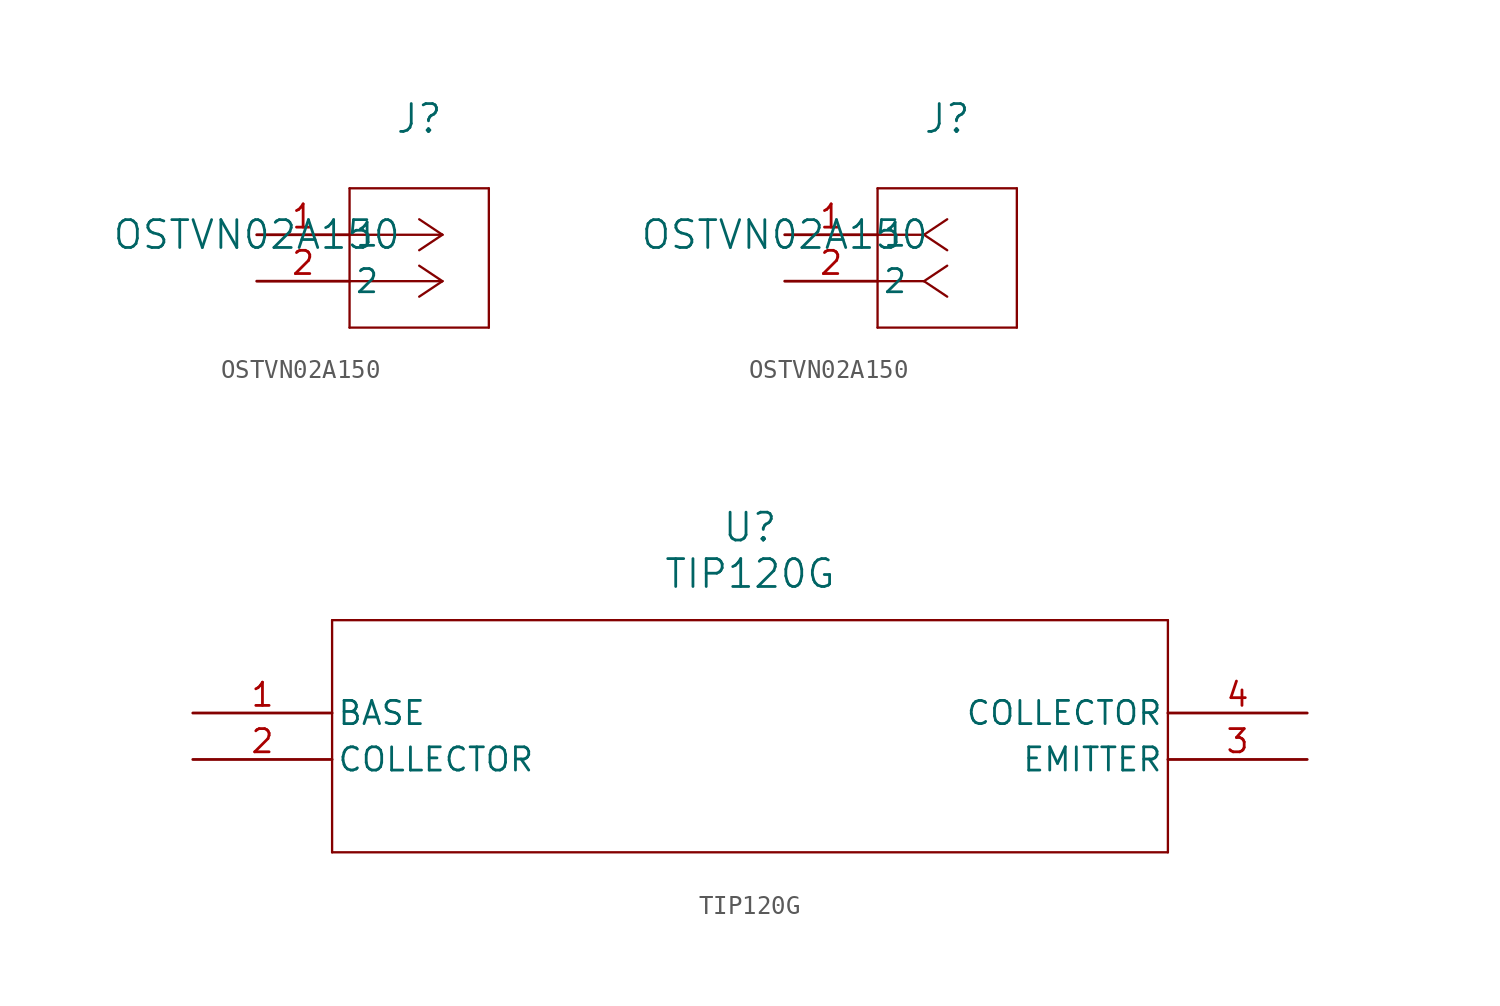
<source format=kicad_sym>
(kicad_symbol_lib
  (version 20220914)
  (generator kicad_symbol_editor)
  (symbol "OSTVN02A150"
    (pin_names
      (offset 0.254))
    (property "Reference" "J"
      (at 8.89 6.35 0)
      (effects (font (size 1.524 1.524))))
    (property "Value" "OSTVN02A150"
      (at 0 0 0)
      (effects (font (size 1.524 1.524))))
    (property "ki_locked" ""
      (at 0 0 0)
      (effects (font (size 1.27 1.27))))
    (symbol "OSTVN02A150_1_1"
      (polyline (pts (xy 5.08 -5.08) (xy 12.7 -5.08)) (stroke (width 0.127) (type default)) (fill (type none)))
      (polyline (pts (xy 5.08 2.54) (xy 5.08 -5.08)) (stroke (width 0.127) (type default)) (fill (type none)))
      (polyline (pts (xy 10.16 -2.54) (xy 5.08 -2.54)) (stroke (width 0.127) (type default)) (fill (type none)))
      (polyline (pts (xy 10.16 -2.54) (xy 8.89 -3.387)) (stroke (width 0.127) (type default)) (fill (type none)))
      (polyline (pts (xy 10.16 -2.54) (xy 8.89 -1.693)) (stroke (width 0.127) (type default)) (fill (type none)))
      (polyline (pts (xy 10.16 0) (xy 5.08 0)) (stroke (width 0.127) (type default)) (fill (type none)))
      (polyline (pts (xy 10.16 0) (xy 8.89 -0.847)) (stroke (width 0.127) (type default)) (fill (type none)))
      (polyline (pts (xy 10.16 0) (xy 8.89 0.847)) (stroke (width 0.127) (type default)) (fill (type none)))
      (polyline (pts (xy 12.7 -5.08) (xy 12.7 2.54)) (stroke (width 0.127) (type default)) (fill (type none)))
      (polyline (pts (xy 12.7 2.54) (xy 5.08 2.54)) (stroke (width 0.127) (type default)) (fill (type none)))
      (pin unspecified line (at 0 0 0) (length 5.08) (name "1" (effects (font (size 1.27 1.27)))) (number "1" (effects (font (size 1.27 1.27)))))
      (pin unspecified line (at 0 -2.54 0) (length 5.08) (name "2" (effects (font (size 1.27 1.27)))) (number "2" (effects (font (size 1.27 1.27))))))
    (symbol "OSTVN02A150_1_2"
      (polyline (pts (xy 5.08 -5.08) (xy 12.7 -5.08)) (stroke (width 0.127) (type default)) (fill (type none)))
      (polyline (pts (xy 5.08 2.54) (xy 5.08 -5.08)) (stroke (width 0.127) (type default)) (fill (type none)))
      (polyline (pts (xy 7.62 -2.54) (xy 5.08 -2.54)) (stroke (width 0.127) (type default)) (fill (type none)))
      (polyline (pts (xy 7.62 -2.54) (xy 8.89 -3.387)) (stroke (width 0.127) (type default)) (fill (type none)))
      (polyline (pts (xy 7.62 -2.54) (xy 8.89 -1.693)) (stroke (width 0.127) (type default)) (fill (type none)))
      (polyline (pts (xy 7.62 0) (xy 5.08 0)) (stroke (width 0.127) (type default)) (fill (type none)))
      (polyline (pts (xy 7.62 0) (xy 8.89 -0.847)) (stroke (width 0.127) (type default)) (fill (type none)))
      (polyline (pts (xy 7.62 0) (xy 8.89 0.847)) (stroke (width 0.127) (type default)) (fill (type none)))
      (polyline (pts (xy 12.7 -5.08) (xy 12.7 2.54)) (stroke (width 0.127) (type default)) (fill (type none)))
      (polyline (pts (xy 12.7 2.54) (xy 5.08 2.54)) (stroke (width 0.127) (type default)) (fill (type none)))
      (pin unspecified line (at 0 0 0) (length 5.08) (name "1" (effects (font (size 1.27 1.27)))) (number "1" (effects (font (size 1.27 1.27)))))
      (pin unspecified line (at 0 -2.54 0) (length 5.08) (name "2" (effects (font (size 1.27 1.27)))) (number "2" (effects (font (size 1.27 1.27)))))))
  (symbol "TIP120G"
    (pin_names
      (offset 0.254))
    (property "Reference" "U"
      (at 30.48 10.16 0)
      (effects (font (size 1.524 1.524))))
    (property "Value" "TIP120G"
      (at 30.48 7.62 0)
      (effects (font (size 1.524 1.524))))
    (property "ki_locked" ""
      (at 0 0 0)
      (effects (font (size 1.27 1.27))))
    (symbol "TIP120G_0_1"
      (polyline (pts (xy 7.62 -7.62) (xy 53.34 -7.62)) (stroke (width 0.127) (type default)) (fill (type none)))
      (polyline (pts (xy 7.62 5.08) (xy 7.62 -7.62)) (stroke (width 0.127) (type default)) (fill (type none)))
      (polyline (pts (xy 53.34 -7.62) (xy 53.34 5.08)) (stroke (width 0.127) (type default)) (fill (type none)))
      (polyline (pts (xy 53.34 5.08) (xy 7.62 5.08)) (stroke (width 0.127) (type default)) (fill (type none)))
      (pin unspecified line (at 0 0 0) (length 7.62) (name "BASE" (effects (font (size 1.27 1.27)))) (number "1" (effects (font (size 1.27 1.27)))))
      (pin unspecified line (at 0 -2.54 0) (length 7.62) (name "COLLECTOR" (effects (font (size 1.27 1.27)))) (number "2" (effects (font (size 1.27 1.27)))))
      (pin unspecified line (at 60.96 -2.54 180) (length 7.62) (name "EMITTER" (effects (font (size 1.27 1.27)))) (number "3" (effects (font (size 1.27 1.27)))))
      (pin unspecified line (at 60.96 0 180) (length 7.62) (name "COLLECTOR" (effects (font (size 1.27 1.27)))) (number "4" (effects (font (size 1.27 1.27))))))))
</source>
